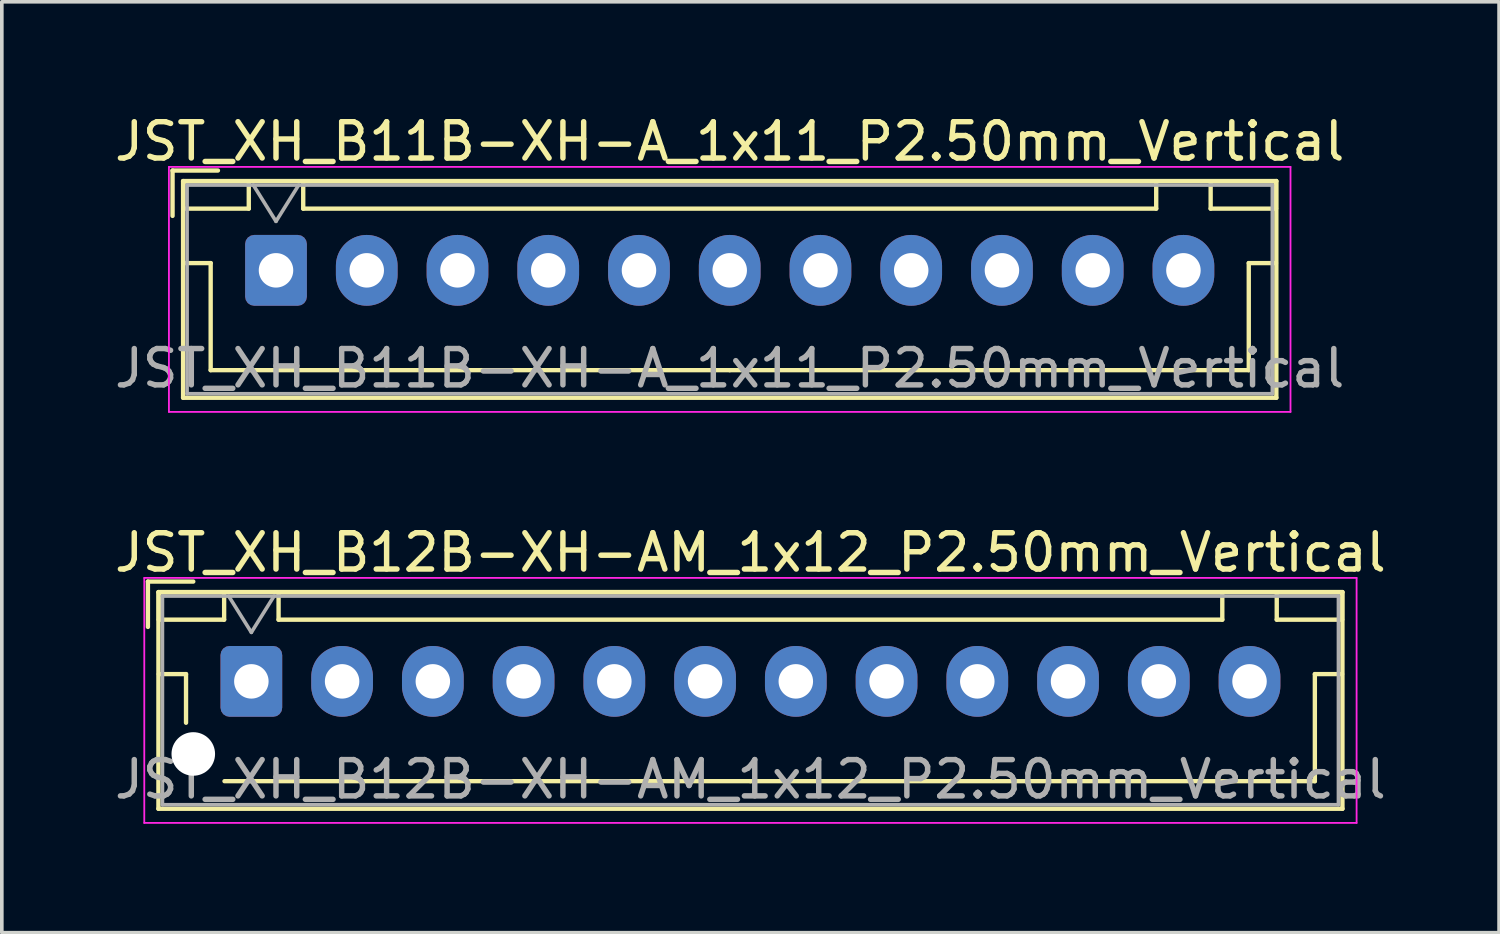
<source format=kicad_pcb>
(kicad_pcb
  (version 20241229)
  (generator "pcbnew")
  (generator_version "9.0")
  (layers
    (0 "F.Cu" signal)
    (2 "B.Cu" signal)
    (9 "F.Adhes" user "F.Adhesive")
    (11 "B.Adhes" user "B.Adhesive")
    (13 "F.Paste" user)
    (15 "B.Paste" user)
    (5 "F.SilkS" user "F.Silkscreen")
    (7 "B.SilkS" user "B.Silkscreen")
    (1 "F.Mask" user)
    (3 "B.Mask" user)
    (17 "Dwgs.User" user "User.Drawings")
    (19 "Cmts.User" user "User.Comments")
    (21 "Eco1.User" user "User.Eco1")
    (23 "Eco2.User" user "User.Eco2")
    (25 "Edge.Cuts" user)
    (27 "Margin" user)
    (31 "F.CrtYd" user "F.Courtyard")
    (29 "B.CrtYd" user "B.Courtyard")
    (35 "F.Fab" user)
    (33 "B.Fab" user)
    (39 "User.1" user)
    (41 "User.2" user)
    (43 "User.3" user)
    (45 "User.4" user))
  (footprint "JST_XH_B11B-XH-A_1x11_P2.50mm_Vertical"
    (layer "F.Cu")
    (at 4.554 4.398)
    (property "Reference" "JST_XH_B11B-XH-A_1x11_P2.50mm_Vertical" (at 12.5 -3.55 0) (layer "F.SilkS") (effects (font (size 1 1) (thickness 0.15))))
    (attr through_hole)
    (fp_line (start -2.85 -2.75) (end -2.85 -1.5) (stroke (width 0.12) (type solid)) (layer "F.SilkS"))
    (fp_line (start -2.56 -2.46) (end -2.56 3.51) (stroke (width 0.12) (type solid)) (layer "F.SilkS"))
    (fp_line (start -2.56 3.51) (end 27.56 3.51) (stroke (width 0.12) (type solid)) (layer "F.SilkS"))
    (fp_line (start -2.55 -2.45) (end -2.55 -1.7) (stroke (width 0.12) (type solid)) (layer "F.SilkS"))
    (fp_line (start -2.55 -1.7) (end -0.75 -1.7) (stroke (width 0.12) (type solid)) (layer "F.SilkS"))
    (fp_line (start -2.55 -0.2) (end -1.8 -0.2) (stroke (width 0.12) (type solid)) (layer "F.SilkS"))
    (fp_line (start -1.8 -0.2) (end -1.8 2.75) (stroke (width 0.12) (type solid)) (layer "F.SilkS"))
    (fp_line (start -1.8 2.75) (end 12.5 2.75) (stroke (width 0.12) (type solid)) (layer "F.SilkS"))
    (fp_line (start -1.6 -2.75) (end -2.85 -2.75) (stroke (width 0.12) (type solid)) (layer "F.SilkS"))
    (fp_line (start -0.75 -2.45) (end -2.55 -2.45) (stroke (width 0.12) (type solid)) (layer "F.SilkS"))
    (fp_line (start -0.75 -1.7) (end -0.75 -2.45) (stroke (width 0.12) (type solid)) (layer "F.SilkS"))
    (fp_line (start 0.75 -2.45) (end 0.75 -1.7) (stroke (width 0.12) (type solid)) (layer "F.SilkS"))
    (fp_line (start 0.75 -1.7) (end 24.25 -1.7) (stroke (width 0.12) (type solid)) (layer "F.SilkS"))
    (fp_line (start 24.25 -2.45) (end 0.75 -2.45) (stroke (width 0.12) (type solid)) (layer "F.SilkS"))
    (fp_line (start 24.25 -1.7) (end 24.25 -2.45) (stroke (width 0.12) (type solid)) (layer "F.SilkS"))
    (fp_line (start 25.75 -2.45) (end 25.75 -1.7) (stroke (width 0.12) (type solid)) (layer "F.SilkS"))
    (fp_line (start 25.75 -1.7) (end 27.55 -1.7) (stroke (width 0.12) (type solid)) (layer "F.SilkS"))
    (fp_line (start 26.8 -0.2) (end 26.8 2.75) (stroke (width 0.12) (type solid)) (layer "F.SilkS"))
    (fp_line (start 26.8 2.75) (end 12.5 2.75) (stroke (width 0.12) (type solid)) (layer "F.SilkS"))
    (fp_line (start 27.55 -2.45) (end 25.75 -2.45) (stroke (width 0.12) (type solid)) (layer "F.SilkS"))
    (fp_line (start 27.55 -1.7) (end 27.55 -2.45) (stroke (width 0.12) (type solid)) (layer "F.SilkS"))
    (fp_line (start 27.55 -0.2) (end 26.8 -0.2) (stroke (width 0.12) (type solid)) (layer "F.SilkS"))
    (fp_line (start 27.56 -2.46) (end -2.56 -2.46) (stroke (width 0.12) (type solid)) (layer "F.SilkS"))
    (fp_line (start 27.56 3.51) (end 27.56 -2.46) (stroke (width 0.12) (type solid)) (layer "F.SilkS"))
    (fp_line (start -2.95 -2.85) (end -2.95 3.9) (stroke (width 0.05) (type solid)) (layer "F.CrtYd"))
    (fp_line (start -2.95 3.9) (end 27.95 3.9) (stroke (width 0.05) (type solid)) (layer "F.CrtYd"))
    (fp_line (start 27.95 -2.85) (end -2.95 -2.85) (stroke (width 0.05) (type solid)) (layer "F.CrtYd"))
    (fp_line (start 27.95 3.9) (end 27.95 -2.85) (stroke (width 0.05) (type solid)) (layer "F.CrtYd"))
    (fp_line (start -2.45 -2.35) (end -2.45 3.4) (stroke (width 0.1) (type solid)) (layer "F.Fab"))
    (fp_line (start -2.45 3.4) (end 27.45 3.4) (stroke (width 0.1) (type solid)) (layer "F.Fab"))
    (fp_line (start -0.625 -2.35) (end 0 -1.35) (stroke (width 0.1) (type solid)) (layer "F.Fab"))
    (fp_line (start 0 -1.35) (end 0.625 -2.35) (stroke (width 0.1) (type solid)) (layer "F.Fab"))
    (fp_line (start 27.45 -2.35) (end -2.45 -2.35) (stroke (width 0.1) (type solid)) (layer "F.Fab"))
    (fp_line (start 27.45 3.4) (end 27.45 -2.35) (stroke (width 0.1) (type solid)) (layer "F.Fab"))
    (fp_text user "${REFERENCE}" (at 12.5 2.7 0) (layer "F.Fab") (effects (font (size 1 1) (thickness 0.15))))
    (pad "1" thru_hole roundrect (at 0 0) (size 1.7 1.95) (drill 0.95) (layers "*.Cu" "*.Mask") (roundrect_rratio 0.147))
    (pad "2" thru_hole oval (at 2.5 0) (size 1.7 1.95) (drill 0.95) (layers "*.Cu" "*.Mask"))
    (pad "3" thru_hole oval (at 5 0) (size 1.7 1.95) (drill 0.95) (layers "*.Cu" "*.Mask"))
    (pad "4" thru_hole oval (at 7.5 0) (size 1.7 1.95) (drill 0.95) (layers "*.Cu" "*.Mask"))
    (pad "5" thru_hole oval (at 10 0) (size 1.7 1.95) (drill 0.95) (layers "*.Cu" "*.Mask"))
    (pad "6" thru_hole oval (at 12.5 0) (size 1.7 1.95) (drill 0.95) (layers "*.Cu" "*.Mask"))
    (pad "7" thru_hole oval (at 15 0) (size 1.7 1.95) (drill 0.95) (layers "*.Cu" "*.Mask"))
    (pad "8" thru_hole oval (at 17.5 0) (size 1.7 1.95) (drill 0.95) (layers "*.Cu" "*.Mask"))
    (pad "9" thru_hole oval (at 20 0) (size 1.7 1.95) (drill 0.95) (layers "*.Cu" "*.Mask"))
    (pad "10" thru_hole oval (at 22.5 0) (size 1.7 1.95) (drill 0.95) (layers "*.Cu" "*.Mask"))
    (pad "11" thru_hole oval (at 25 0) (size 1.7 1.95) (drill 0.95) (layers "*.Cu" "*.Mask")))
  (footprint "JST_XH_B12B-XH-AM_1x12_P2.50mm_Vertical"
    (layer "F.Cu")
    (at 3.875 15.722)
    (property "Reference" "JST_XH_B12B-XH-AM_1x12_P2.50mm_Vertical" (at 13.75 -3.55 0) (layer "F.SilkS") (effects (font (size 1 1) (thickness 0.15))))
    (attr through_hole)
    (fp_line (start -2.85 -2.75) (end -2.85 -1.5) (stroke (width 0.12) (type solid)) (layer "F.SilkS"))
    (fp_line (start -2.56 -2.46) (end -2.56 3.51) (stroke (width 0.12) (type solid)) (layer "F.SilkS"))
    (fp_line (start -2.56 3.51) (end 30.06 3.51) (stroke (width 0.12) (type solid)) (layer "F.SilkS"))
    (fp_line (start -2.55 -2.45) (end -2.55 -1.7) (stroke (width 0.12) (type solid)) (layer "F.SilkS"))
    (fp_line (start -2.55 -1.7) (end -0.75 -1.7) (stroke (width 0.12) (type solid)) (layer "F.SilkS"))
    (fp_line (start -2.55 -0.2) (end -1.8 -0.2) (stroke (width 0.12) (type solid)) (layer "F.SilkS"))
    (fp_line (start -1.8 -0.2) (end -1.8 1.14) (stroke (width 0.12) (type solid)) (layer "F.SilkS"))
    (fp_line (start -1.6 -2.75) (end -2.85 -2.75) (stroke (width 0.12) (type solid)) (layer "F.SilkS"))
    (fp_line (start -0.75 -2.45) (end -2.55 -2.45) (stroke (width 0.12) (type solid)) (layer "F.SilkS"))
    (fp_line (start -0.75 -1.7) (end -0.75 -2.45) (stroke (width 0.12) (type solid)) (layer "F.SilkS"))
    (fp_line (start 0.75 -2.45) (end 0.75 -1.7) (stroke (width 0.12) (type solid)) (layer "F.SilkS"))
    (fp_line (start 0.75 -1.7) (end 26.75 -1.7) (stroke (width 0.12) (type solid)) (layer "F.SilkS"))
    (fp_line (start 13.75 2.75) (end -0.74 2.75) (stroke (width 0.12) (type solid)) (layer "F.SilkS"))
    (fp_line (start 26.75 -2.45) (end 0.75 -2.45) (stroke (width 0.12) (type solid)) (layer "F.SilkS"))
    (fp_line (start 26.75 -1.7) (end 26.75 -2.45) (stroke (width 0.12) (type solid)) (layer "F.SilkS"))
    (fp_line (start 28.25 -2.45) (end 28.25 -1.7) (stroke (width 0.12) (type solid)) (layer "F.SilkS"))
    (fp_line (start 28.25 -1.7) (end 30.05 -1.7) (stroke (width 0.12) (type solid)) (layer "F.SilkS"))
    (fp_line (start 29.3 -0.2) (end 29.3 2.75) (stroke (width 0.12) (type solid)) (layer "F.SilkS"))
    (fp_line (start 29.3 2.75) (end 13.75 2.75) (stroke (width 0.12) (type solid)) (layer "F.SilkS"))
    (fp_line (start 30.05 -2.45) (end 28.25 -2.45) (stroke (width 0.12) (type solid)) (layer "F.SilkS"))
    (fp_line (start 30.05 -1.7) (end 30.05 -2.45) (stroke (width 0.12) (type solid)) (layer "F.SilkS"))
    (fp_line (start 30.05 -0.2) (end 29.3 -0.2) (stroke (width 0.12) (type solid)) (layer "F.SilkS"))
    (fp_line (start 30.06 -2.46) (end -2.56 -2.46) (stroke (width 0.12) (type solid)) (layer "F.SilkS"))
    (fp_line (start 30.06 3.51) (end 30.06 -2.46) (stroke (width 0.12) (type solid)) (layer "F.SilkS"))
    (fp_line (start -2.95 -2.85) (end -2.95 3.9) (stroke (width 0.05) (type solid)) (layer "F.CrtYd"))
    (fp_line (start -2.95 3.9) (end 30.45 3.9) (stroke (width 0.05) (type solid)) (layer "F.CrtYd"))
    (fp_line (start 30.45 -2.85) (end -2.95 -2.85) (stroke (width 0.05) (type solid)) (layer "F.CrtYd"))
    (fp_line (start 30.45 3.9) (end 30.45 -2.85) (stroke (width 0.05) (type solid)) (layer "F.CrtYd"))
    (fp_line (start -2.45 -2.35) (end -2.45 3.4) (stroke (width 0.1) (type solid)) (layer "F.Fab"))
    (fp_line (start -2.45 3.4) (end 29.95 3.4) (stroke (width 0.1) (type solid)) (layer "F.Fab"))
    (fp_line (start -0.625 -2.35) (end 0 -1.35) (stroke (width 0.1) (type solid)) (layer "F.Fab"))
    (fp_line (start 0 -1.35) (end 0.625 -2.35) (stroke (width 0.1) (type solid)) (layer "F.Fab"))
    (fp_line (start 29.95 -2.35) (end -2.45 -2.35) (stroke (width 0.1) (type solid)) (layer "F.Fab"))
    (fp_line (start 29.95 3.4) (end 29.95 -2.35) (stroke (width 0.1) (type solid)) (layer "F.Fab"))
    (fp_text user "${REFERENCE}" (at 13.75 2.7 0) (layer "F.Fab") (effects (font (size 1 1) (thickness 0.15))))
    (pad "" np_thru_hole circle (at -1.6 2) (size 1.2 1.2) (drill 1.2) (layers "*.Cu" "*.Mask"))
    (pad "1" thru_hole roundrect (at 0 0) (size 1.7 1.95) (drill 0.95) (layers "*.Cu" "*.Mask") (roundrect_rratio 0.147))
    (pad "2" thru_hole oval (at 2.5 0) (size 1.7 1.95) (drill 0.95) (layers "*.Cu" "*.Mask"))
    (pad "3" thru_hole oval (at 5 0) (size 1.7 1.95) (drill 0.95) (layers "*.Cu" "*.Mask"))
    (pad "4" thru_hole oval (at 7.5 0) (size 1.7 1.95) (drill 0.95) (layers "*.Cu" "*.Mask"))
    (pad "5" thru_hole oval (at 10 0) (size 1.7 1.95) (drill 0.95) (layers "*.Cu" "*.Mask"))
    (pad "6" thru_hole oval (at 12.5 0) (size 1.7 1.95) (drill 0.95) (layers "*.Cu" "*.Mask"))
    (pad "7" thru_hole oval (at 15 0) (size 1.7 1.95) (drill 0.95) (layers "*.Cu" "*.Mask"))
    (pad "8" thru_hole oval (at 17.5 0) (size 1.7 1.95) (drill 0.95) (layers "*.Cu" "*.Mask"))
    (pad "9" thru_hole oval (at 20 0) (size 1.7 1.95) (drill 0.95) (layers "*.Cu" "*.Mask"))
    (pad "10" thru_hole oval (at 22.5 0) (size 1.7 1.95) (drill 0.95) (layers "*.Cu" "*.Mask"))
    (pad "11" thru_hole oval (at 25 0) (size 1.7 1.95) (drill 0.95) (layers "*.Cu" "*.Mask"))
    (pad "12" thru_hole oval (at 27.5 0) (size 1.7 1.95) (drill 0.95) (layers "*.Cu" "*.Mask")))
  (gr_rect
    (start -3 -3)
    (end 38.25 22.646)
    (stroke (width 0.1) (type default))
    (fill no)
    (layer "Edge.Cuts")))
</source>
